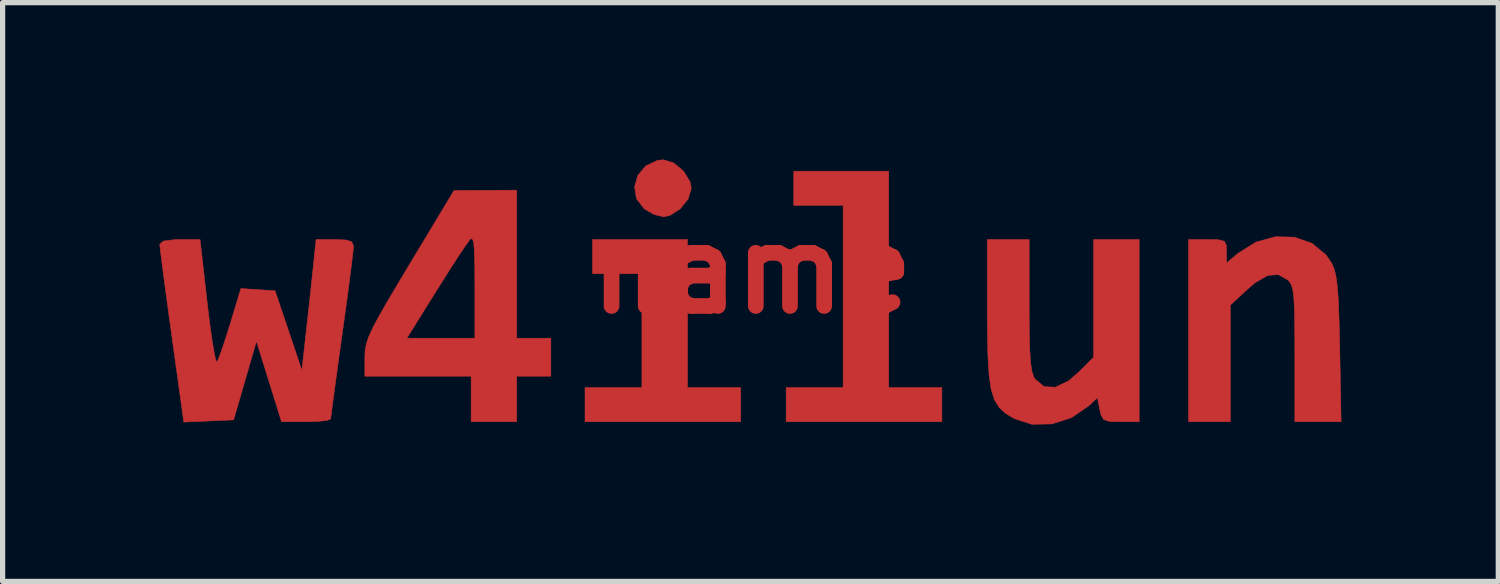
<source format=kicad_pcb>
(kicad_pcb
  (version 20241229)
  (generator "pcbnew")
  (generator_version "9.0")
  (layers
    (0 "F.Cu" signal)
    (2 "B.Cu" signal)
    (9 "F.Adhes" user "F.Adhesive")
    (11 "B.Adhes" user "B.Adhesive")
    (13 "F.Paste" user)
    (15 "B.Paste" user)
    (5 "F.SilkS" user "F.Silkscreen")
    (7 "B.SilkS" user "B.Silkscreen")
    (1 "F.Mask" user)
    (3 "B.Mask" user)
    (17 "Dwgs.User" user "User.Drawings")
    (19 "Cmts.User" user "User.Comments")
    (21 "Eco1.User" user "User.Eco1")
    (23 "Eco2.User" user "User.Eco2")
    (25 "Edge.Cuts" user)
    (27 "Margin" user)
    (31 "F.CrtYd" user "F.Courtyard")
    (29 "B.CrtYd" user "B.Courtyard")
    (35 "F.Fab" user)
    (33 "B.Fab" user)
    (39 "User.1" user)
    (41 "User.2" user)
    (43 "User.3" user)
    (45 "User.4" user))
  (footprint "name"
    (layer "F.Cu")
    (at 11.327 2.11)
    (property "Reference" "name" (at 0 0 0) (layer "F.Cu") (effects (font (size 1.524 1.524) (thickness 0.3))))
    (attr through_hole)
    (fp_poly (pts (xy -1.234 2.25) (xy -0.218 2.25) (xy -0.218 2.903) (xy -3.193 2.903) (xy -3.193 2.25) (xy -2.105 2.25) (xy -2.105 0.073) (xy -3.048 0.073) (xy -3.048 -0.581) (xy -1.234 -0.581) (xy -1.234 2.25)) (stroke (width 0.01) (type solid)) (fill yes) (layer "F.Cu"))
    (fp_poly (pts (xy 2.613 2.25) (xy 3.629 2.25) (xy 3.629 2.903) (xy 0.653 2.903) (xy 0.653 2.25) (xy 1.742 2.25) (xy 1.742 -1.234) (xy 0.798 -1.234) (xy 0.798 -1.887) (xy 2.613 -1.887) (xy 2.613 2.25)) (stroke (width 0.01) (type solid)) (fill yes) (layer "F.Cu"))
    (fp_poly (pts (xy -1.493 -2.042) (xy -1.308 -1.886) (xy -1.185 -1.685) (xy -1.161 -1.56) (xy -1.222 -1.356) (xy -1.375 -1.166) (xy -1.571 -1.041) (xy -1.692 -1.016) (xy -1.873 -1.06) (xy -2.058 -1.166) (xy -2.209 -1.361) (xy -2.245 -1.587) (xy -2.181 -1.809) (xy -2.031 -1.989) (xy -1.808 -2.093) (xy -1.692 -2.105) (xy -1.493 -2.042)) (stroke (width 0.01) (type solid)) (fill yes) (layer "F.Cu"))
    (fp_poly (pts (xy 5.298 0.673) (xy 5.3 1.152) (xy 5.308 1.507) (xy 5.324 1.76) (xy 5.349 1.931) (xy 5.385 2.043) (xy 5.411 2.088) (xy 5.584 2.232) (xy 5.801 2.243) (xy 6.051 2.122) (xy 6.241 1.959) (xy 6.531 1.669) (xy 6.531 -0.581) (xy 7.402 -0.581) (xy 7.402 2.903) (xy 7.048 2.903) (xy 6.835 2.897) (xy 6.724 2.861) (xy 6.672 2.772) (xy 6.649 2.673) (xy 6.603 2.443) (xy 6.439 2.597) (xy 6.107 2.825) (xy 5.731 2.945) (xy 5.35 2.951) (xy 5.012 2.843) (xy 4.849 2.743) (xy 4.725 2.629) (xy 4.633 2.479) (xy 4.57 2.275) (xy 4.531 1.996) (xy 4.509 1.622) (xy 4.5 1.133) (xy 4.499 0.818) (xy 4.499 -0.581) (xy 5.298 -0.581) (xy 5.298 0.673)) (stroke (width 0.01) (type solid)) (fill yes) (layer "F.Cu"))
    (fp_poly (pts (xy -4.499 1.306) (xy -3.846 1.306) (xy -3.846 2.032) (xy -4.499 2.032) (xy -4.499 2.903) (xy -5.37 2.903) (xy -5.37 2.032) (xy -7.402 2.032) (xy -7.402 1.673) (xy -7.397 1.547) (xy -7.375 1.422) (xy -7.337 1.306) (xy -6.599 1.306) (xy -5.298 1.306) (xy -5.298 0.311) (xy -5.3 -0.088) (xy -5.307 -0.359) (xy -5.321 -0.522) (xy -5.345 -0.594) (xy -5.379 -0.593) (xy -5.395 -0.578) (xy -5.467 -0.48) (xy -5.599 -0.284) (xy -5.773 -0.015) (xy -5.973 0.301) (xy -6.046 0.417) (xy -6.599 1.306) (xy -7.337 1.306) (xy -7.328 1.279) (xy -7.245 1.098) (xy -7.118 0.861) (xy -6.938 0.548) (xy -6.695 0.14) (xy -6.55 -0.102) (xy -5.697 -1.518) (xy -5.098 -1.521) (xy -4.499 -1.524) (xy -4.499 1.306)) (stroke (width 0.01) (type solid)) (fill yes) (layer "F.Cu"))
    (fp_poly (pts (xy 10.369 -0.626) (xy 10.701 -0.51) (xy 10.971 -0.29) (xy 11.083 -0.126) (xy 11.129 -0.019) (xy 11.164 0.123) (xy 11.19 0.323) (xy 11.21 0.601) (xy 11.224 0.98) (xy 11.235 1.482) (xy 11.236 1.506) (xy 11.262 2.903) (xy 10.378 2.903) (xy 10.378 1.608) (xy 10.376 1.139) (xy 10.371 0.794) (xy 10.36 0.551) (xy 10.341 0.388) (xy 10.311 0.284) (xy 10.27 0.218) (xy 10.245 0.193) (xy 10.061 0.089) (xy 9.858 0.105) (xy 9.618 0.245) (xy 9.469 0.372) (xy 9.144 0.672) (xy 9.144 2.903) (xy 8.346 2.903) (xy 8.346 -0.581) (xy 8.709 -0.581) (xy 8.923 -0.576) (xy 9.03 -0.547) (xy 9.067 -0.47) (xy 9.071 -0.356) (xy 9.071 -0.132) (xy 9.287 -0.314) (xy 9.634 -0.531) (xy 10.004 -0.634) (xy 10.369 -0.626)) (stroke (width 0.01) (type solid)) (fill yes) (layer "F.Cu"))
    (fp_poly (pts (xy -10.417 0.619) (xy -10.369 1.012) (xy -10.323 1.344) (xy -10.281 1.593) (xy -10.248 1.737) (xy -10.23 1.762) (xy -10.189 1.672) (xy -10.118 1.476) (xy -10.03 1.207) (xy -9.976 1.031) (xy -9.772 0.356) (xy -9.446 0.378) (xy -9.119 0.399) (xy -8.862 1.161) (xy -8.606 1.923) (xy -8.521 1.161) (xy -8.478 0.776) (xy -8.435 0.382) (xy -8.399 0.041) (xy -8.385 -0.091) (xy -8.334 -0.581) (xy -7.977 -0.581) (xy -7.76 -0.572) (xy -7.653 -0.537) (xy -7.621 -0.464) (xy -7.62 -0.445) (xy -7.63 -0.335) (xy -7.657 -0.104) (xy -7.699 0.224) (xy -7.752 0.626) (xy -7.815 1.078) (xy -7.838 1.243) (xy -7.902 1.702) (xy -7.958 2.112) (xy -8.004 2.451) (xy -8.037 2.699) (xy -8.054 2.832) (xy -8.055 2.848) (xy -8.122 2.876) (xy -8.295 2.896) (xy -8.525 2.903) (xy -8.994 2.903) (xy -9.234 2.133) (xy -9.474 1.362) (xy -9.692 2.114) (xy -9.911 2.867) (xy -10.387 2.888) (xy -10.863 2.909) (xy -11.093 1.255) (xy -11.159 0.778) (xy -11.217 0.347) (xy -11.265 -0.016) (xy -11.3 -0.291) (xy -11.319 -0.455) (xy -11.322 -0.49) (xy -11.254 -0.551) (xy -11.048 -0.578) (xy -10.937 -0.581) (xy -10.553 -0.581) (xy -10.417 0.619)) (stroke (width 0.01) (type solid)) (fill yes) (layer "F.Cu")))
  (gr_rect
    (start -3 -3)
    (end 25.594 8.066)
    (stroke (width 0.1) (type default))
    (fill no)
    (layer "Edge.Cuts")))
</source>
